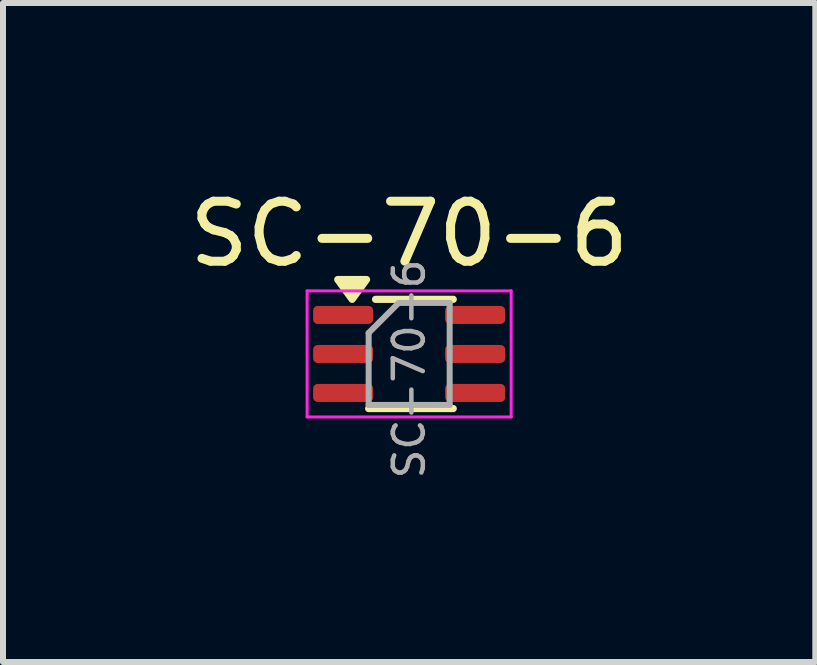
<source format=kicad_pcb>
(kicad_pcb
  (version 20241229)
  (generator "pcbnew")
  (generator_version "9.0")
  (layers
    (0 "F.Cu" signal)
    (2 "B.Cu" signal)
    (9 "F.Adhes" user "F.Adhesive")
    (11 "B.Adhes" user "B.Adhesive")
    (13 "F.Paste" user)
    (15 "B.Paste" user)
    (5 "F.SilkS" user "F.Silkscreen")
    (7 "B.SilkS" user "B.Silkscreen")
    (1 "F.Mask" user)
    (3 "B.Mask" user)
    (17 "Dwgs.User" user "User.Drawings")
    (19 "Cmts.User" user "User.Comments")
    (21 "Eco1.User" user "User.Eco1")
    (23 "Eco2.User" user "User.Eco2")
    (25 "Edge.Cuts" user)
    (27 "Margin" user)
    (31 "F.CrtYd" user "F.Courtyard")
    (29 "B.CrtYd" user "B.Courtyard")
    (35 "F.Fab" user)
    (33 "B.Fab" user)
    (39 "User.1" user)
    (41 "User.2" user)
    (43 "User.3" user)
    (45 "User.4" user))
  (footprint "SC-70-6"
    (layer "F.Cu")
    (at 3.768 2.848)
    (property "Reference" "SC-70-6" (at 0 -2 0) (layer "F.SilkS") (effects (font (size 1 1) (thickness 0.15))))
    (attr smd)
    (fp_line (start -0.675 0.91) (end 0.735 0.91) (stroke (width 0.12) (type solid)) (layer "F.SilkS"))
    (fp_line (start -0.56 -0.91) (end 0.735 -0.91) (stroke (width 0.12) (type solid)) (layer "F.SilkS"))
    (fp_poly (pts (xy -0.95 -0.91) (xy -0.71 -1.24) (xy -1.19 -1.24) (xy -0.95 -0.91)) (stroke (width 0.12) (type solid)) (fill yes) (layer "F.SilkS"))
    (fp_line (start -1.7 -1.05) (end 1.7 -1.05) (stroke (width 0.05) (type solid)) (layer "F.CrtYd"))
    (fp_line (start -1.7 1.05) (end -1.7 -1.05) (stroke (width 0.05) (type solid)) (layer "F.CrtYd"))
    (fp_line (start 1.7 -1.05) (end 1.7 1.05) (stroke (width 0.05) (type solid)) (layer "F.CrtYd"))
    (fp_line (start 1.7 1.05) (end -1.7 1.05) (stroke (width 0.05) (type solid)) (layer "F.CrtYd"))
    (fp_line (start -0.675 -0.35) (end -0.675 0.85) (stroke (width 0.1) (type solid)) (layer "F.Fab"))
    (fp_line (start -0.175 -0.85) (end -0.675 -0.35) (stroke (width 0.1) (type solid)) (layer "F.Fab"))
    (fp_line (start 0.675 -0.85) (end -0.175 -0.85) (stroke (width 0.1) (type solid)) (layer "F.Fab"))
    (fp_line (start 0.675 -0.85) (end 0.675 0.85) (stroke (width 0.1) (type solid)) (layer "F.Fab"))
    (fp_line (start 0.675 0.85) (end -0.675 0.85) (stroke (width 0.1) (type solid)) (layer "F.Fab"))
    (fp_text user "${REFERENCE}" (at 0 0.25 90) (layer "F.Fab") (effects (font (size 0.5 0.5) (thickness 0.075))))
    (pad "1" smd roundrect (at -1.1 -0.65 270) (size 0.3 1) (layers "F.Cu" "F.Mask" "F.Paste") (roundrect_rratio 0.25))
    (pad "2" smd roundrect (at -1.1 0 270) (size 0.3 1) (layers "F.Cu" "F.Mask" "F.Paste") (roundrect_rratio 0.25))
    (pad "3" smd roundrect (at -1.1 0.65 270) (size 0.3 1) (layers "F.Cu" "F.Mask" "F.Paste") (roundrect_rratio 0.25))
    (pad "4" smd roundrect (at 1.1 0.65 270) (size 0.3 1) (layers "F.Cu" "F.Mask" "F.Paste") (roundrect_rratio 0.25))
    (pad "5" smd roundrect (at 1.1 0 270) (size 0.3 1) (layers "F.Cu" "F.Mask" "F.Paste") (roundrect_rratio 0.25))
    (pad "6" smd roundrect (at 1.1 -0.65 270) (size 0.3 1) (layers "F.Cu" "F.Mask" "F.Paste") (roundrect_rratio 0.25)))
  (gr_rect
    (start -3 -3)
    (end 10.536 7.982)
    (stroke (width 0.1) (type default))
    (fill no)
    (layer "Edge.Cuts")))
</source>
